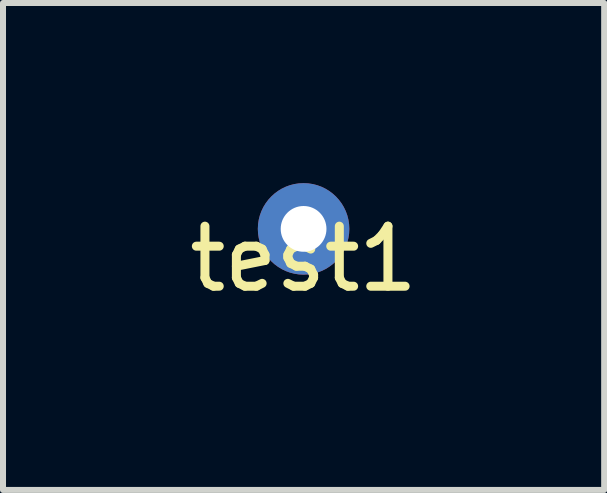
<source format=kicad_pcb>
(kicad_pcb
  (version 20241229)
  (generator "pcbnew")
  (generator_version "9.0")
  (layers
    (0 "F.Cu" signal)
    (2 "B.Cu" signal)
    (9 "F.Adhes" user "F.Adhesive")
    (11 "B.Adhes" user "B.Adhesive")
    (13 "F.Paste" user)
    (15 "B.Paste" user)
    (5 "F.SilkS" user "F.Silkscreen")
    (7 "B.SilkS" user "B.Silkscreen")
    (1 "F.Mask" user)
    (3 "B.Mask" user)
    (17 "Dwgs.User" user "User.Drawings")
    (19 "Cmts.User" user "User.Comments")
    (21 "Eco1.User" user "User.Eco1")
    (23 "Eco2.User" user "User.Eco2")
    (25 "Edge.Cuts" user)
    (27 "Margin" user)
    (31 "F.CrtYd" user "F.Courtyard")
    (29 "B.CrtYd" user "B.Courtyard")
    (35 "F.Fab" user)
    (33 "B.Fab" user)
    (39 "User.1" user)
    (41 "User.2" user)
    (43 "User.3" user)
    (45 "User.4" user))
  (footprint "test1"
    (layer "F.Cu")
    (at 2.006 0.762)
    (property "Reference" "test1" (at 0 0.5 0) (layer "F.SilkS") (effects (font (size 1 1) (thickness 0.15))))
    (attr exclude_from_pos_files exclude_from_bom)
    (pad "" np_thru_hole circle (at 0 0) (size 1.524 1.524) (drill 0.762) (layers "*.Cu" "*.Mask")))
  (gr_rect
    (start -3 -3)
    (end 7.012 5.11)
    (stroke (width 0.1) (type default))
    (fill no)
    (layer "Edge.Cuts")))
</source>
